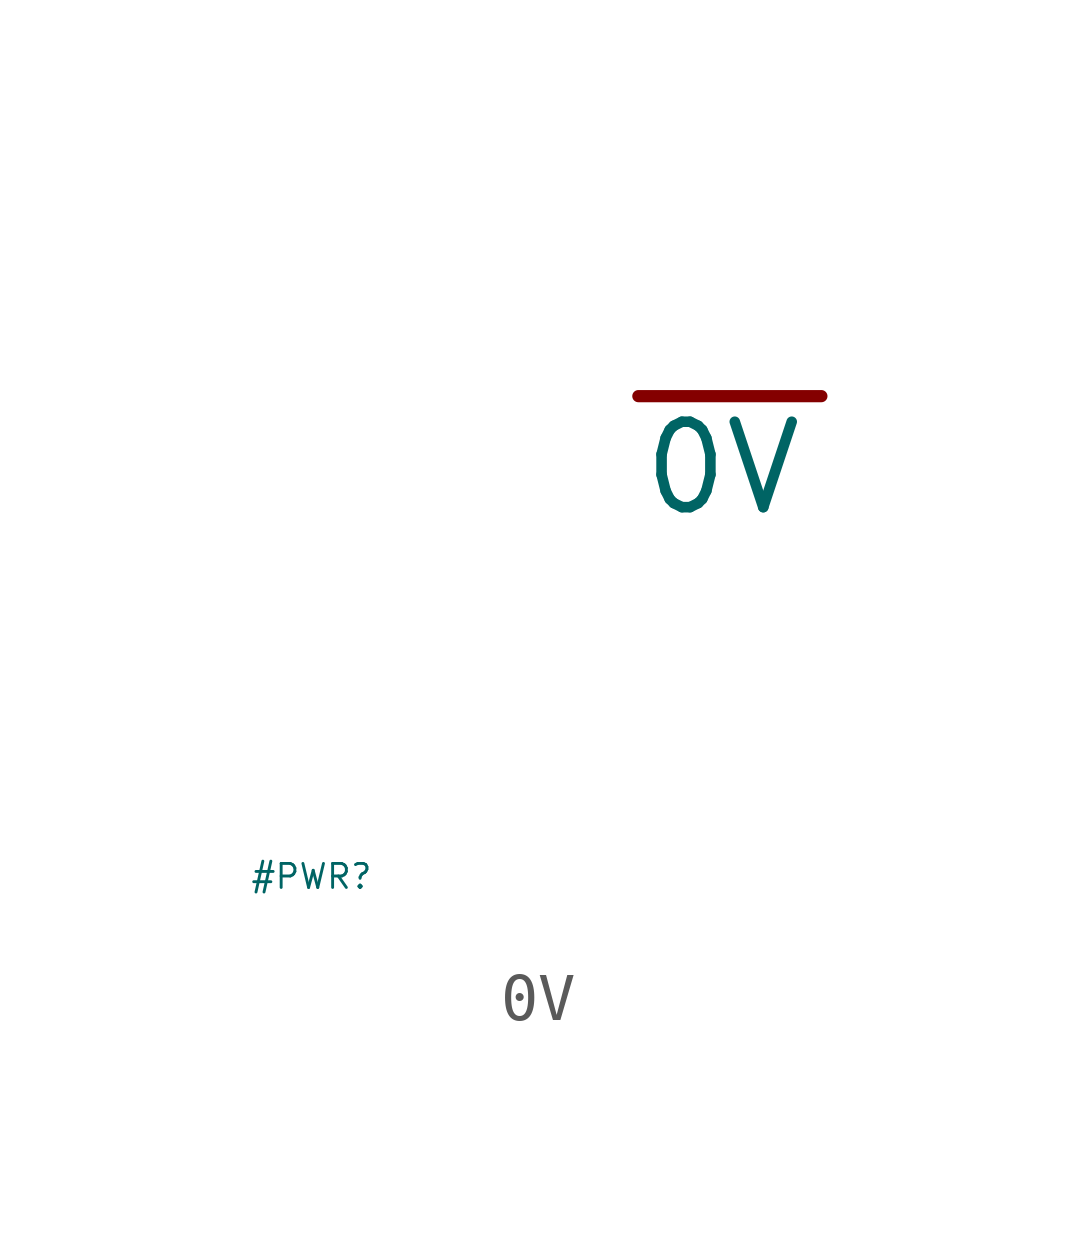
<source format=kicad_sym>
(kicad_symbol_lib
  (version 20220914)
  (generator Eagle2Kicad)
  (symbol "0V"
    (power)
    (pin_names
      (offset 0))
    (property "Reference" "#PWR"
      (at -10 -10 0)
      (effects (font (size 0.5 0.5) (thickness 0.06)) (justify left)))
    (property "Value" "0V"
      (at -1.905 -2.54 0)
      (effects (font (size 1.778 1.778) (thickness 0.22)) (justify left bottom)))
    (polyline
      (pts (xy -1.905 0) (xy 1.905 0))
      (stroke (width 0.254) (type default))
      (fill (type none)))
    (pin power_in line
      (at 0 2.54 270)
      (length 2.54) hide
      (name "0V" (effects (font (size 0.635 0.635) (thickness 0.08)) (justify left bottom)))
      (number "1" (effects (font (size 0.635 0.635) (thickness 0.08)) (justify left bottom))))))
</source>
